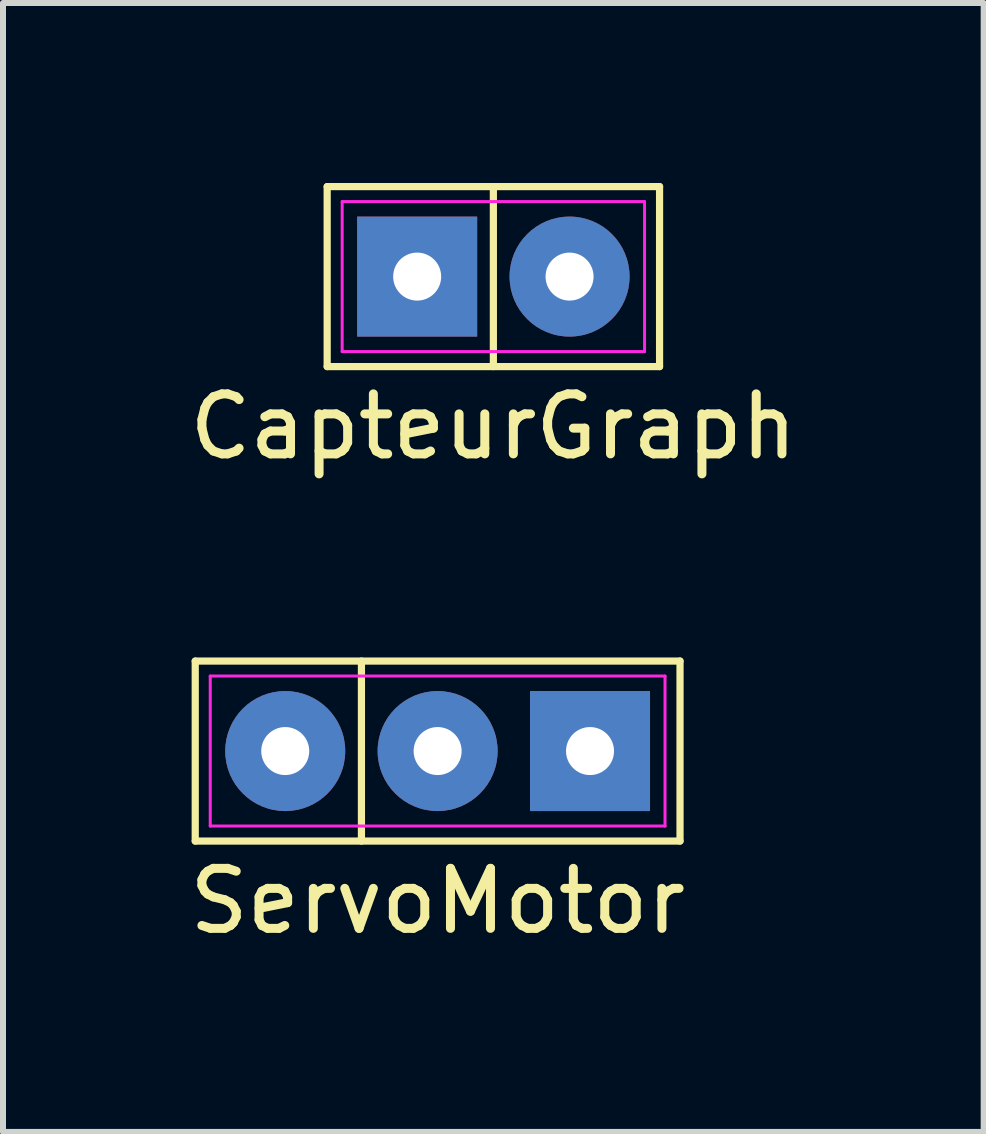
<source format=kicad_pcb>
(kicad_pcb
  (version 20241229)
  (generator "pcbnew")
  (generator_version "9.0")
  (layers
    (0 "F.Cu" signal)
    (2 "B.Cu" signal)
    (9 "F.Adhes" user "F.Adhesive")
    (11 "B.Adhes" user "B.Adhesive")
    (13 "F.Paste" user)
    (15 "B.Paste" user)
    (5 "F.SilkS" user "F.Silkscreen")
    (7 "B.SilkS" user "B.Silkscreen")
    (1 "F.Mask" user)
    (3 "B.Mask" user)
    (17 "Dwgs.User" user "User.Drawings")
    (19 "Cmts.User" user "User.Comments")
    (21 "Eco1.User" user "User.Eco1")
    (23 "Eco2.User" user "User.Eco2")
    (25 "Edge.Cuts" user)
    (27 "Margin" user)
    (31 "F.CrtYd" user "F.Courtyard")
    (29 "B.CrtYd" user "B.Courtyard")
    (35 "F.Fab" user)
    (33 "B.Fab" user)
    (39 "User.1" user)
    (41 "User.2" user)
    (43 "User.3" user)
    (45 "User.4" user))
  (footprint "ServoMotor"
    (layer "F.Cu")
    (at 4.244 9.468)
    (property "Reference" "ServoMotor" (at 0 2.5 0) (layer "F.SilkS") (effects (font (size 1 1) (thickness 0.15))))
    (attr through_hole)
    (fp_line (start -4.04 -1.5) (end 4.04 -1.5) (stroke (width 0.12) (type default)) (layer "F.SilkS"))
    (fp_line (start -4.04 1.5) (end -4.04 -1.5) (stroke (width 0.12) (type default)) (layer "F.SilkS"))
    (fp_line (start -1.27 -1.5) (end -1.27 1.5) (stroke (width 0.12) (type default)) (layer "F.SilkS"))
    (fp_line (start 4.04 -1.5) (end 4.04 1.5) (stroke (width 0.12) (type default)) (layer "F.SilkS"))
    (fp_line (start 4.04 1.5) (end -4.04 1.5) (stroke (width 0.12) (type default)) (layer "F.SilkS"))
    (fp_line (start -3.79 -1.25) (end 3.79 -1.25) (stroke (width 0.05) (type default)) (layer "F.CrtYd"))
    (fp_line (start -3.79 1.25) (end -3.79 -1.25) (stroke (width 0.05) (type default)) (layer "F.CrtYd"))
    (fp_line (start 3.79 -1.25) (end 3.79 1.25) (stroke (width 0.05) (type default)) (layer "F.CrtYd"))
    (fp_line (start 3.79 1.25) (end -3.79 1.25) (stroke (width 0.05) (type default)) (layer "F.CrtYd"))
    (pad "1" thru_hole circle (at -2.54 0) (size 2 2) (drill 0.8) (layers "*.Cu" "*.Mask"))
    (pad "2" thru_hole circle (at 0 0) (size 2 2) (drill 0.8) (layers "*.Cu" "*.Mask"))
    (pad "3" thru_hole rect (at 2.54 0) (size 2 2) (drill 0.8) (layers "*.Cu" "*.Mask")))
  (footprint "CapteurGraph"
    (layer "F.Cu")
    (at 5.173 1.56)
    (property "Reference" "CapteurGraph" (at 0 2.5 0) (layer "F.SilkS") (effects (font (size 1 1) (thickness 0.15))))
    (attr through_hole)
    (fp_line (start -2.77 -1.5) (end 2.77 -1.5) (stroke (width 0.12) (type default)) (layer "F.SilkS"))
    (fp_line (start -2.77 1.5) (end -2.77 -1.5) (stroke (width 0.12) (type default)) (layer "F.SilkS"))
    (fp_line (start 0 -1.5) (end 0 1.5) (stroke (width 0.12) (type default)) (layer "F.SilkS"))
    (fp_line (start 2.77 -1.5) (end 2.77 1.5) (stroke (width 0.12) (type default)) (layer "F.SilkS"))
    (fp_line (start 2.77 1.5) (end -2.77 1.5) (stroke (width 0.12) (type default)) (layer "F.SilkS"))
    (fp_line (start -2.52 -1.25) (end 2.52 -1.25) (stroke (width 0.05) (type default)) (layer "F.CrtYd"))
    (fp_line (start -2.52 1.25) (end -2.52 -1.25) (stroke (width 0.05) (type default)) (layer "F.CrtYd"))
    (fp_line (start 2.52 -1.25) (end 2.52 1.25) (stroke (width 0.05) (type default)) (layer "F.CrtYd"))
    (fp_line (start 2.52 1.25) (end -2.52 1.25) (stroke (width 0.05) (type default)) (layer "F.CrtYd"))
    (pad "1" thru_hole rect (at -1.27 0) (size 2 2) (drill 0.8) (layers "*.Cu" "*.Mask"))
    (pad "2" thru_hole circle (at 1.27 0) (size 2 2) (drill 0.8) (layers "*.Cu" "*.Mask")))
  (gr_rect
    (start -3 -3)
    (end 13.345 15.816)
    (stroke (width 0.1) (type default))
    (fill no)
    (layer "Edge.Cuts")))
</source>
